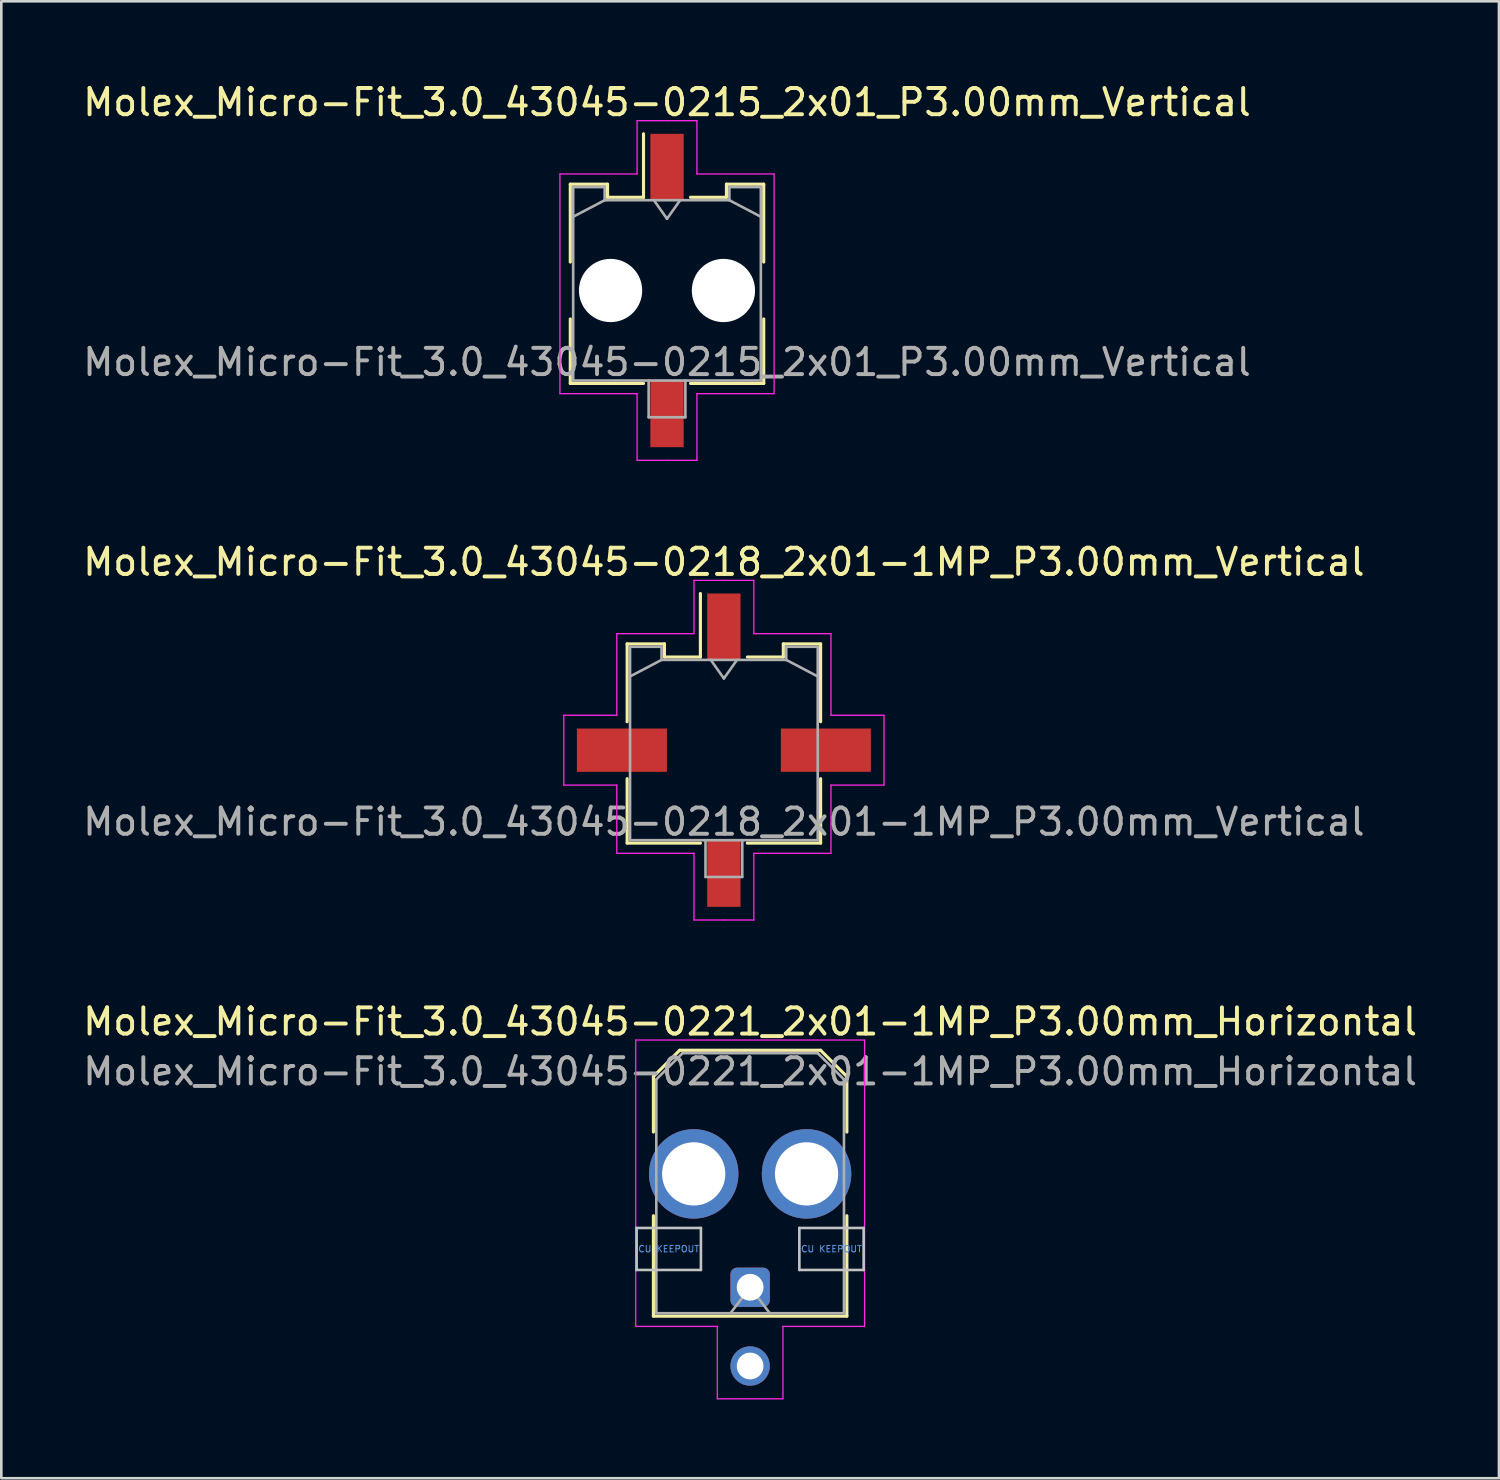
<source format=kicad_pcb>
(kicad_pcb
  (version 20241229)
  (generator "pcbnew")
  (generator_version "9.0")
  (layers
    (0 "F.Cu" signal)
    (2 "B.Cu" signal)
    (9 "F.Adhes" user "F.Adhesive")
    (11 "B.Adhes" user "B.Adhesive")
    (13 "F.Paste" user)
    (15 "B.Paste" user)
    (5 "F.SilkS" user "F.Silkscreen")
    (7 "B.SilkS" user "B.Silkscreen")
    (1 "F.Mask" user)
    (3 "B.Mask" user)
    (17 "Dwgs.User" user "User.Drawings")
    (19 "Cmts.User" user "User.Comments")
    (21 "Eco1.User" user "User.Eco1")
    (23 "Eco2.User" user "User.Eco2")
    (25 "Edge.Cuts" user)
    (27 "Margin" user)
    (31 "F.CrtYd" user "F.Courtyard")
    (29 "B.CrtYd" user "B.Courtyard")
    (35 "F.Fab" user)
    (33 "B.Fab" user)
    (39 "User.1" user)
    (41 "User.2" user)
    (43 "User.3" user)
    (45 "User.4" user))
  (footprint "Molex_Micro-Fit_3.0_43045-0221_2x01-1MP_P3.00mm_Horizontal"
    (layer "F.Cu")
    (at 25.53 45.995)
    (property "Reference" "Molex_Micro-Fit_3.0_43045-0221_2x01-1MP_P3.00mm_Horizontal" (at 0 -10.12 0) (layer "F.SilkS") (effects (font (size 1 1) (thickness 0.15))))
    (attr through_hole)
    (fp_line (start -3.685 -8.03) (end -2.685 -9.03) (stroke (width 0.12) (type solid)) (layer "F.SilkS"))
    (fp_line (start -3.685 -5.915) (end -3.685 -8.03) (stroke (width 0.12) (type solid)) (layer "F.SilkS"))
    (fp_line (start -3.685 -2.725) (end -3.685 1.1) (stroke (width 0.12) (type solid)) (layer "F.SilkS"))
    (fp_line (start -3.685 1.1) (end 3.685 1.1) (stroke (width 0.12) (type solid)) (layer "F.SilkS"))
    (fp_line (start -2.685 -9.03) (end 2.685 -9.03) (stroke (width 0.12) (type solid)) (layer "F.SilkS"))
    (fp_line (start 2.685 -9.03) (end 3.685 -8.03) (stroke (width 0.12) (type solid)) (layer "F.SilkS"))
    (fp_line (start 3.685 -8.03) (end 3.685 -5.915) (stroke (width 0.12) (type solid)) (layer "F.SilkS"))
    (fp_line (start 3.685 1.1) (end 3.685 -2.725) (stroke (width 0.12) (type solid)) (layer "F.SilkS"))
    (fp_line (start -4.325 -2.26) (end -4.325 -0.66) (stroke (width 0.1) (type solid)) (layer "Dwgs.User"))
    (fp_line (start -4.325 -0.66) (end -1.875 -0.66) (stroke (width 0.1) (type solid)) (layer "Dwgs.User"))
    (fp_line (start -1.875 -2.26) (end -4.325 -2.26) (stroke (width 0.1) (type solid)) (layer "Dwgs.User"))
    (fp_line (start -1.875 -0.66) (end -1.875 -2.26) (stroke (width 0.1) (type solid)) (layer "Dwgs.User"))
    (fp_line (start 1.875 -2.26) (end 1.875 -0.66) (stroke (width 0.1) (type solid)) (layer "Dwgs.User"))
    (fp_line (start 1.875 -0.66) (end 4.325 -0.66) (stroke (width 0.1) (type solid)) (layer "Dwgs.User"))
    (fp_line (start 4.325 -2.26) (end 1.875 -2.26) (stroke (width 0.1) (type solid)) (layer "Dwgs.User"))
    (fp_line (start 4.325 -0.66) (end 4.325 -2.26) (stroke (width 0.1) (type solid)) (layer "Dwgs.User"))
    (fp_line (start -4.36 -9.42) (end 4.36 -9.42) (stroke (width 0.05) (type solid)) (layer "F.CrtYd"))
    (fp_line (start -4.36 1.49) (end -4.36 -9.42) (stroke (width 0.05) (type solid)) (layer "F.CrtYd"))
    (fp_line (start -1.25 1.49) (end -4.36 1.49) (stroke (width 0.05) (type solid)) (layer "F.CrtYd"))
    (fp_line (start -1.25 4.25) (end -1.25 1.49) (stroke (width 0.05) (type solid)) (layer "F.CrtYd"))
    (fp_line (start 1.25 1.49) (end 1.25 4.25) (stroke (width 0.05) (type solid)) (layer "F.CrtYd"))
    (fp_line (start 1.25 4.25) (end -1.25 4.25) (stroke (width 0.05) (type solid)) (layer "F.CrtYd"))
    (fp_line (start 4.36 -9.42) (end 4.36 1.49) (stroke (width 0.05) (type solid)) (layer "F.CrtYd"))
    (fp_line (start 4.36 1.49) (end 1.25 1.49) (stroke (width 0.05) (type solid)) (layer "F.CrtYd"))
    (fp_line (start -3.575 -7.92) (end -2.575 -8.92) (stroke (width 0.1) (type solid)) (layer "F.Fab"))
    (fp_line (start -3.575 0.99) (end -3.575 -7.92) (stroke (width 0.1) (type solid)) (layer "F.Fab"))
    (fp_line (start -2.575 -8.92) (end 2.575 -8.92) (stroke (width 0.1) (type solid)) (layer "F.Fab"))
    (fp_line (start -0.75 0.99) (end 0 0) (stroke (width 0.1) (type solid)) (layer "F.Fab"))
    (fp_line (start 0 0) (end 0.75 0.99) (stroke (width 0.1) (type solid)) (layer "F.Fab"))
    (fp_line (start 2.575 -8.92) (end 3.575 -7.92) (stroke (width 0.1) (type solid)) (layer "F.Fab"))
    (fp_line (start 3.575 -7.92) (end 3.575 0.99) (stroke (width 0.1) (type solid)) (layer "F.Fab"))
    (fp_line (start 3.575 0.99) (end -3.575 0.99) (stroke (width 0.1) (type solid)) (layer "F.Fab"))
    (fp_text user "CU KEEPOUT" (at -3.1 -1.46 0) (layer "Cmts.User") (effects (font (size 0.245 0.245) (thickness 0.037))))
    (fp_text user "CU KEEPOUT" (at 3.1 -1.46 0) (layer "Cmts.User") (effects (font (size 0.245 0.245) (thickness 0.037))))
    (fp_text user "${REFERENCE}" (at 0 -8.22 0) (layer "F.Fab") (effects (font (size 1 1) (thickness 0.15))))
    (pad "1" thru_hole roundrect (at 0 0) (size 1.5 1.5) (drill 1.02) (layers "*.Cu" "*.Mask") (roundrect_rratio 0.167))
    (pad "2" thru_hole circle (at 0 3) (size 1.5 1.5) (drill 1.02) (layers "*.Cu" "*.Mask"))
    (pad "MP" thru_hole circle (at -2.15 -4.32) (size 3.41 3.41) (drill 2.41) (layers "*.Cu" "*.Mask"))
    (pad "MP" thru_hole circle (at 2.15 -4.32) (size 3.41 3.41) (drill 2.41) (layers "*.Cu" "*.Mask")))
  (footprint "Molex_Micro-Fit_3.0_43045-0218_2x01-1MP_P3.00mm_Vertical"
    (layer "F.Cu")
    (at 24.53 25.532)
    (property "Reference" "Molex_Micro-Fit_3.0_43045-0218_2x01-1MP_P3.00mm_Vertical" (at 0 -7.17 0) (layer "F.SilkS") (effects (font (size 1 1) (thickness 0.15))))
    (attr smd)
    (fp_line (start -3.685 -4.05) (end -2.265 -4.05) (stroke (width 0.12) (type solid)) (layer "F.SilkS"))
    (fp_line (start -3.685 -1.085) (end -3.685 -4.05) (stroke (width 0.12) (type solid)) (layer "F.SilkS"))
    (fp_line (start -3.685 1.085) (end -3.685 3.54) (stroke (width 0.12) (type solid)) (layer "F.SilkS"))
    (fp_line (start -3.685 3.54) (end -0.895 3.54) (stroke (width 0.12) (type solid)) (layer "F.SilkS"))
    (fp_line (start -2.265 -4.05) (end -2.265 -3.55) (stroke (width 0.12) (type solid)) (layer "F.SilkS"))
    (fp_line (start -2.265 -3.55) (end -0.895 -3.55) (stroke (width 0.12) (type solid)) (layer "F.SilkS"))
    (fp_line (start -0.895 -3.55) (end -0.895 -5.97) (stroke (width 0.12) (type solid)) (layer "F.SilkS"))
    (fp_line (start 2.265 -4.05) (end 2.265 -3.55) (stroke (width 0.12) (type solid)) (layer "F.SilkS"))
    (fp_line (start 2.265 -3.55) (end 0.895 -3.55) (stroke (width 0.12) (type solid)) (layer "F.SilkS"))
    (fp_line (start 3.685 -4.05) (end 2.265 -4.05) (stroke (width 0.12) (type solid)) (layer "F.SilkS"))
    (fp_line (start 3.685 -1.085) (end 3.685 -4.05) (stroke (width 0.12) (type solid)) (layer "F.SilkS"))
    (fp_line (start 3.685 1.085) (end 3.685 3.54) (stroke (width 0.12) (type solid)) (layer "F.SilkS"))
    (fp_line (start 3.685 3.54) (end 0.895 3.54) (stroke (width 0.12) (type solid)) (layer "F.SilkS"))
    (fp_line (start -6.1 -1.33) (end -6.1 1.33) (stroke (width 0.05) (type solid)) (layer "F.CrtYd"))
    (fp_line (start -6.1 1.33) (end -4.08 1.33) (stroke (width 0.05) (type solid)) (layer "F.CrtYd"))
    (fp_line (start -4.08 -4.44) (end -4.08 -1.33) (stroke (width 0.05) (type solid)) (layer "F.CrtYd"))
    (fp_line (start -4.08 -1.33) (end -6.1 -1.33) (stroke (width 0.05) (type solid)) (layer "F.CrtYd"))
    (fp_line (start -4.08 1.33) (end -4.08 3.93) (stroke (width 0.05) (type solid)) (layer "F.CrtYd"))
    (fp_line (start -4.08 3.93) (end -1.14 3.93) (stroke (width 0.05) (type solid)) (layer "F.CrtYd"))
    (fp_line (start -1.14 -6.47) (end -1.14 -4.44) (stroke (width 0.05) (type solid)) (layer "F.CrtYd"))
    (fp_line (start -1.14 -4.44) (end -4.08 -4.44) (stroke (width 0.05) (type solid)) (layer "F.CrtYd"))
    (fp_line (start -1.14 3.93) (end -1.14 6.47) (stroke (width 0.05) (type solid)) (layer "F.CrtYd"))
    (fp_line (start -1.14 6.47) (end 0 6.47) (stroke (width 0.05) (type solid)) (layer "F.CrtYd"))
    (fp_line (start 0 -6.47) (end -1.14 -6.47) (stroke (width 0.05) (type solid)) (layer "F.CrtYd"))
    (fp_line (start 0 -6.47) (end 1.14 -6.47) (stroke (width 0.05) (type solid)) (layer "F.CrtYd"))
    (fp_line (start 1.14 -6.47) (end 1.14 -4.44) (stroke (width 0.05) (type solid)) (layer "F.CrtYd"))
    (fp_line (start 1.14 -4.44) (end 4.08 -4.44) (stroke (width 0.05) (type solid)) (layer "F.CrtYd"))
    (fp_line (start 1.14 3.93) (end 1.14 6.47) (stroke (width 0.05) (type solid)) (layer "F.CrtYd"))
    (fp_line (start 1.14 6.47) (end 0 6.47) (stroke (width 0.05) (type solid)) (layer "F.CrtYd"))
    (fp_line (start 4.08 -4.44) (end 4.08 -1.33) (stroke (width 0.05) (type solid)) (layer "F.CrtYd"))
    (fp_line (start 4.08 -1.33) (end 6.1 -1.33) (stroke (width 0.05) (type solid)) (layer "F.CrtYd"))
    (fp_line (start 4.08 1.33) (end 4.08 3.93) (stroke (width 0.05) (type solid)) (layer "F.CrtYd"))
    (fp_line (start 4.08 3.93) (end 1.14 3.93) (stroke (width 0.05) (type solid)) (layer "F.CrtYd"))
    (fp_line (start 6.1 -1.33) (end 6.1 1.33) (stroke (width 0.05) (type solid)) (layer "F.CrtYd"))
    (fp_line (start 6.1 1.33) (end 4.08 1.33) (stroke (width 0.05) (type solid)) (layer "F.CrtYd"))
    (fp_line (start -3.575 -3.94) (end -3.575 3.43) (stroke (width 0.1) (type solid)) (layer "F.Fab"))
    (fp_line (start -3.575 -2.81) (end -2.375 -3.44) (stroke (width 0.1) (type solid)) (layer "F.Fab"))
    (fp_line (start -3.575 3.43) (end 3.575 3.43) (stroke (width 0.1) (type solid)) (layer "F.Fab"))
    (fp_line (start -2.375 -3.94) (end -3.575 -3.94) (stroke (width 0.1) (type solid)) (layer "F.Fab"))
    (fp_line (start -2.375 -3.44) (end -2.375 -3.94) (stroke (width 0.1) (type solid)) (layer "F.Fab"))
    (fp_line (start -0.7 3.43) (end -0.7 4.83) (stroke (width 0.1) (type solid)) (layer "F.Fab"))
    (fp_line (start -0.7 4.83) (end 0.7 4.83) (stroke (width 0.1) (type solid)) (layer "F.Fab"))
    (fp_line (start -0.5 -3.44) (end 0 -2.733) (stroke (width 0.1) (type solid)) (layer "F.Fab"))
    (fp_line (start 0 -2.733) (end 0.5 -3.44) (stroke (width 0.1) (type solid)) (layer "F.Fab"))
    (fp_line (start 0.7 4.83) (end 0.7 3.43) (stroke (width 0.1) (type solid)) (layer "F.Fab"))
    (fp_line (start 2.375 -3.94) (end 2.375 -3.44) (stroke (width 0.1) (type solid)) (layer "F.Fab"))
    (fp_line (start 2.375 -3.44) (end -2.375 -3.44) (stroke (width 0.1) (type solid)) (layer "F.Fab"))
    (fp_line (start 3.575 -3.94) (end 2.375 -3.94) (stroke (width 0.1) (type solid)) (layer "F.Fab"))
    (fp_line (start 3.575 -2.81) (end 2.375 -3.44) (stroke (width 0.1) (type solid)) (layer "F.Fab"))
    (fp_line (start 3.575 3.43) (end 3.575 -3.94) (stroke (width 0.1) (type solid)) (layer "F.Fab"))
    (fp_text user "${REFERENCE}" (at 0 2.73 0) (layer "F.Fab") (effects (font (size 1 1) (thickness 0.15))))
    (pad "1" smd rect (at 0 -4.7) (size 1.27 2.54) (layers "F.Cu" "F.Mask" "F.Paste"))
    (pad "2" smd rect (at 0 4.7) (size 1.27 2.54) (layers "F.Cu" "F.Mask" "F.Paste"))
    (pad "MP" smd rect (at -3.885 0) (size 3.43 1.65) (layers "F.Cu" "F.Mask" "F.Paste"))
    (pad "MP" smd rect (at 3.885 0) (size 3.43 1.65) (layers "F.Cu" "F.Mask" "F.Paste")))
  (footprint "Molex_Micro-Fit_3.0_43045-0215_2x01_P3.00mm_Vertical"
    (layer "F.Cu")
    (at 22.363 8.018)
    (property "Reference" "Molex_Micro-Fit_3.0_43045-0215_2x01_P3.00mm_Vertical" (at 0 -7.17 0) (layer "F.SilkS") (effects (font (size 1 1) (thickness 0.15))))
    (attr smd)
    (fp_line (start -3.685 -4.05) (end -2.265 -4.05) (stroke (width 0.12) (type solid)) (layer "F.SilkS"))
    (fp_line (start -3.685 -1.085) (end -3.685 -4.05) (stroke (width 0.12) (type solid)) (layer "F.SilkS"))
    (fp_line (start -3.685 1.085) (end -3.685 3.54) (stroke (width 0.12) (type solid)) (layer "F.SilkS"))
    (fp_line (start -3.685 3.54) (end -0.895 3.54) (stroke (width 0.12) (type solid)) (layer "F.SilkS"))
    (fp_line (start -2.265 -4.05) (end -2.265 -3.55) (stroke (width 0.12) (type solid)) (layer "F.SilkS"))
    (fp_line (start -2.265 -3.55) (end -0.895 -3.55) (stroke (width 0.12) (type solid)) (layer "F.SilkS"))
    (fp_line (start -0.895 -3.55) (end -0.895 -5.97) (stroke (width 0.12) (type solid)) (layer "F.SilkS"))
    (fp_line (start 2.265 -4.05) (end 2.265 -3.55) (stroke (width 0.12) (type solid)) (layer "F.SilkS"))
    (fp_line (start 2.265 -3.55) (end 0.895 -3.55) (stroke (width 0.12) (type solid)) (layer "F.SilkS"))
    (fp_line (start 3.685 -4.05) (end 2.265 -4.05) (stroke (width 0.12) (type solid)) (layer "F.SilkS"))
    (fp_line (start 3.685 -1.085) (end 3.685 -4.05) (stroke (width 0.12) (type solid)) (layer "F.SilkS"))
    (fp_line (start 3.685 1.085) (end 3.685 3.54) (stroke (width 0.12) (type solid)) (layer "F.SilkS"))
    (fp_line (start 3.685 3.54) (end 0.895 3.54) (stroke (width 0.12) (type solid)) (layer "F.SilkS"))
    (fp_line (start -4.08 -4.44) (end -4.08 3.93) (stroke (width 0.05) (type solid)) (layer "F.CrtYd"))
    (fp_line (start -4.08 3.93) (end -1.14 3.93) (stroke (width 0.05) (type solid)) (layer "F.CrtYd"))
    (fp_line (start -1.14 -6.47) (end -1.14 -4.44) (stroke (width 0.05) (type solid)) (layer "F.CrtYd"))
    (fp_line (start -1.14 -4.44) (end -4.08 -4.44) (stroke (width 0.05) (type solid)) (layer "F.CrtYd"))
    (fp_line (start -1.14 3.93) (end -1.14 6.47) (stroke (width 0.05) (type solid)) (layer "F.CrtYd"))
    (fp_line (start -1.14 6.47) (end 0 6.47) (stroke (width 0.05) (type solid)) (layer "F.CrtYd"))
    (fp_line (start 0 -6.47) (end -1.14 -6.47) (stroke (width 0.05) (type solid)) (layer "F.CrtYd"))
    (fp_line (start 0 -6.47) (end 1.14 -6.47) (stroke (width 0.05) (type solid)) (layer "F.CrtYd"))
    (fp_line (start 1.14 -6.47) (end 1.14 -4.44) (stroke (width 0.05) (type solid)) (layer "F.CrtYd"))
    (fp_line (start 1.14 -4.44) (end 4.08 -4.44) (stroke (width 0.05) (type solid)) (layer "F.CrtYd"))
    (fp_line (start 1.14 3.93) (end 1.14 6.47) (stroke (width 0.05) (type solid)) (layer "F.CrtYd"))
    (fp_line (start 1.14 6.47) (end 0 6.47) (stroke (width 0.05) (type solid)) (layer "F.CrtYd"))
    (fp_line (start 4.08 -4.44) (end 4.08 3.93) (stroke (width 0.05) (type solid)) (layer "F.CrtYd"))
    (fp_line (start 4.08 3.93) (end 1.14 3.93) (stroke (width 0.05) (type solid)) (layer "F.CrtYd"))
    (fp_line (start -3.575 -3.94) (end -3.575 3.43) (stroke (width 0.1) (type solid)) (layer "F.Fab"))
    (fp_line (start -3.575 -2.81) (end -2.375 -3.44) (stroke (width 0.1) (type solid)) (layer "F.Fab"))
    (fp_line (start -3.575 3.43) (end 3.575 3.43) (stroke (width 0.1) (type solid)) (layer "F.Fab"))
    (fp_line (start -2.375 -3.94) (end -3.575 -3.94) (stroke (width 0.1) (type solid)) (layer "F.Fab"))
    (fp_line (start -2.375 -3.44) (end -2.375 -3.94) (stroke (width 0.1) (type solid)) (layer "F.Fab"))
    (fp_line (start -0.7 3.43) (end -0.7 4.83) (stroke (width 0.1) (type solid)) (layer "F.Fab"))
    (fp_line (start -0.7 4.83) (end 0.7 4.83) (stroke (width 0.1) (type solid)) (layer "F.Fab"))
    (fp_line (start -0.5 -3.44) (end 0 -2.733) (stroke (width 0.1) (type solid)) (layer "F.Fab"))
    (fp_line (start 0 -2.733) (end 0.5 -3.44) (stroke (width 0.1) (type solid)) (layer "F.Fab"))
    (fp_line (start 0.7 4.83) (end 0.7 3.43) (stroke (width 0.1) (type solid)) (layer "F.Fab"))
    (fp_line (start 2.375 -3.94) (end 2.375 -3.44) (stroke (width 0.1) (type solid)) (layer "F.Fab"))
    (fp_line (start 2.375 -3.44) (end -2.375 -3.44) (stroke (width 0.1) (type solid)) (layer "F.Fab"))
    (fp_line (start 3.575 -3.94) (end 2.375 -3.94) (stroke (width 0.1) (type solid)) (layer "F.Fab"))
    (fp_line (start 3.575 -2.81) (end 2.375 -3.44) (stroke (width 0.1) (type solid)) (layer "F.Fab"))
    (fp_line (start 3.575 3.43) (end 3.575 -3.94) (stroke (width 0.1) (type solid)) (layer "F.Fab"))
    (fp_text user "${REFERENCE}" (at 0 2.73 0) (layer "F.Fab") (effects (font (size 1 1) (thickness 0.15))))
    (pad "" np_thru_hole circle (at -2.15 0) (size 2.41 2.41) (drill 2.41) (layers "*.Cu" "*.Mask"))
    (pad "" np_thru_hole circle (at 2.15 0) (size 2.41 2.41) (drill 2.41) (layers "*.Cu" "*.Mask"))
    (pad "1" smd rect (at 0 -4.7) (size 1.27 2.54) (layers "F.Cu" "F.Mask" "F.Paste"))
    (pad "2" smd rect (at 0 4.7) (size 1.27 2.54) (layers "F.Cu" "F.Mask" "F.Paste")))
  (gr_rect
    (start -3 -3)
    (end 54.06 53.27)
    (stroke (width 0.1) (type default))
    (fill no)
    (layer "Edge.Cuts")))
</source>
